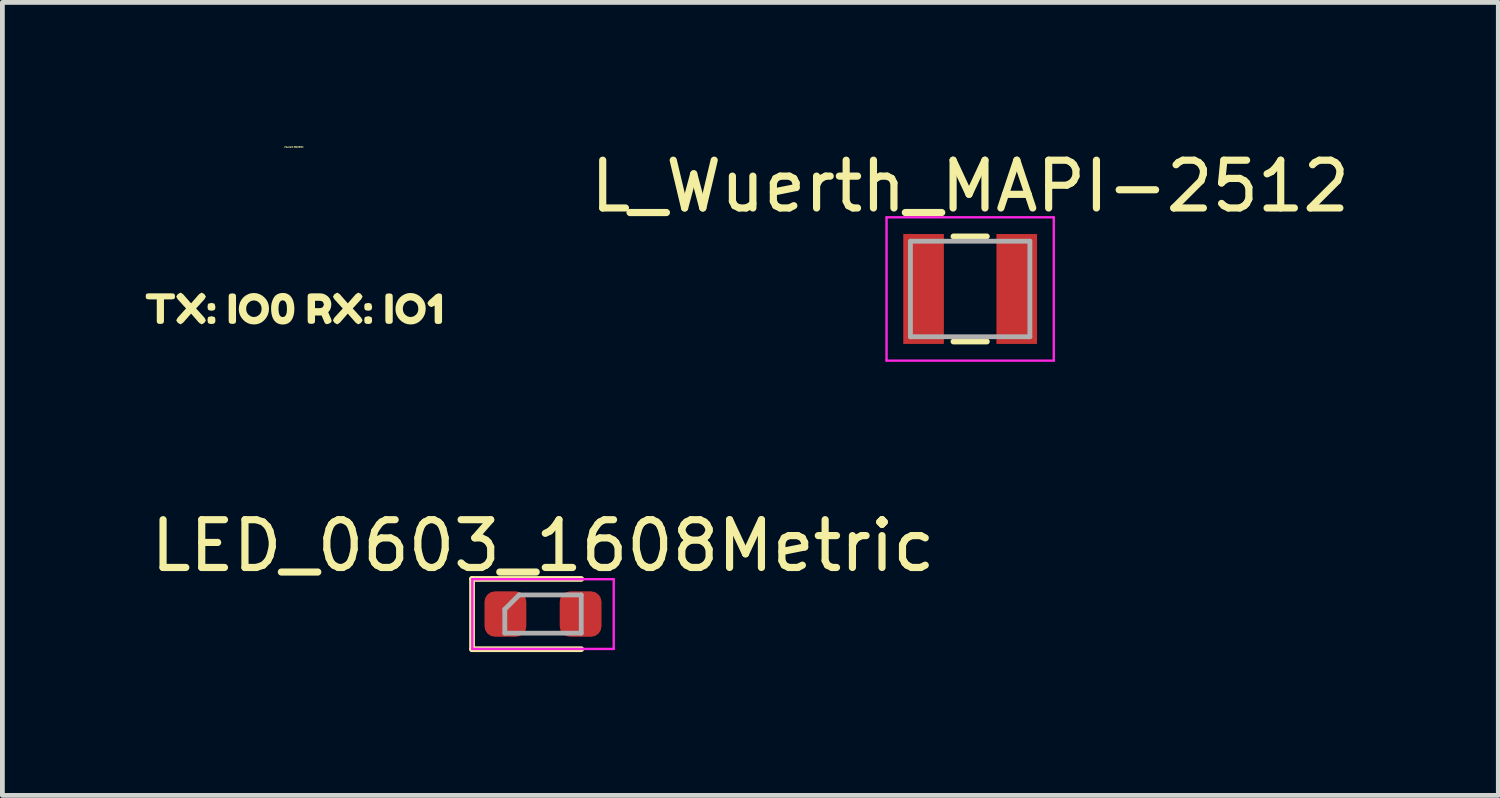
<source format=kicad_pcb>
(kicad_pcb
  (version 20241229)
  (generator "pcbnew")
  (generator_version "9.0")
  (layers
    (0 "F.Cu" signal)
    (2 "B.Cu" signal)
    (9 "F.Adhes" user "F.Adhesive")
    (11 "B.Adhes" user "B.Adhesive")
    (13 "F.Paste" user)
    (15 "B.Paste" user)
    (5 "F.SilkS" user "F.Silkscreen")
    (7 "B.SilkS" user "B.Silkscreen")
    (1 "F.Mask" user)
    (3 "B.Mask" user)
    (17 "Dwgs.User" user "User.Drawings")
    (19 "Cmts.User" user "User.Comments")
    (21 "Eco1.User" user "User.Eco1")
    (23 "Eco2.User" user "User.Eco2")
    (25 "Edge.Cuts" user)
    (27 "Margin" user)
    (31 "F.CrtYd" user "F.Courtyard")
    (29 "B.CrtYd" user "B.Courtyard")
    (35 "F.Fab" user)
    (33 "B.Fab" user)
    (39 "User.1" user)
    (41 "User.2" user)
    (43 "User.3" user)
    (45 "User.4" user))
  (footprint "kibuzzard-65CABECC"
    (layer "F.Cu")
    (at 3.101 3.408)
    (property "Reference" "kibuzzard-65CABECC" (at 0 -3.382 0) (layer "F.SilkS") (effects (font (size 0.025 0.025) (thickness 0.15))))
    (attr board_only exclude_from_pos_files exclude_from_bom)
    (fp_poly (pts (xy -1.643 -0.036) (xy -1.645 -0.005) (xy -1.654 0.019) (xy -1.677 0.038) (xy -1.72 0.045) (xy -1.764 0.04) (xy -1.79 0.028) (xy -1.803 0.003) (xy -1.807 -0.038) (xy -1.802 -0.08) (xy -1.789 -0.103) (xy -1.722 -0.119) (xy -1.66 -0.101) (xy -1.643 -0.036)) (stroke (width 0) (type solid)) (fill yes) (layer "F.SilkS"))
    (fp_poly (pts (xy 1.637 -0.036) (xy 1.634 -0.005) (xy 1.625 0.019) (xy 1.602 0.038) (xy 1.559 0.045) (xy 1.516 0.04) (xy 1.49 0.028) (xy 1.477 0.003) (xy 1.473 -0.038) (xy 1.477 -0.08) (xy 1.491 -0.103) (xy 1.558 -0.119) (xy 1.62 -0.101) (xy 1.637 -0.036)) (stroke (width 0) (type solid)) (fill yes) (layer "F.SilkS"))
    (fp_poly (pts (xy -1.643 0.243) (xy -1.645 0.274) (xy -1.654 0.298) (xy -1.677 0.317) (xy -1.72 0.323) (xy -1.764 0.319) (xy -1.79 0.306) (xy -1.803 0.281) (xy -1.807 0.24) (xy -1.802 0.199) (xy -1.789 0.175) (xy -1.722 0.16) (xy -1.66 0.177) (xy -1.647 0.202) (xy -1.643 0.243)) (stroke (width 0) (type solid)) (fill yes) (layer "F.SilkS"))
    (fp_poly (pts (xy 1.637 0.243) (xy 1.634 0.274) (xy 1.625 0.298) (xy 1.602 0.317) (xy 1.559 0.323) (xy 1.516 0.319) (xy 1.49 0.306) (xy 1.477 0.281) (xy 1.473 0.24) (xy 1.477 0.199) (xy 1.491 0.175) (xy 1.558 0.16) (xy 1.62 0.177) (xy 1.632 0.202) (xy 1.637 0.243)) (stroke (width 0) (type solid)) (fill yes) (layer "F.SilkS"))
    (fp_poly (pts (xy -1.365 -0.241) (xy -1.364 -0.271) (xy -1.356 -0.294) (xy -1.332 -0.312) (xy -1.287 -0.318) (xy -1.239 -0.31) (xy -1.215 -0.286) (xy -1.211 -0.24) (xy -1.211 0.245) (xy -1.212 0.276) (xy -1.22 0.299) (xy -1.243 0.316) (xy -1.288 0.322) (xy -1.337 0.314) (xy -1.36 0.289) (xy -1.365 0.244) (xy -1.365 -0.241)) (stroke (width 0) (type solid)) (fill yes) (layer "F.SilkS"))
    (fp_poly (pts (xy 1.914 -0.241) (xy 1.916 -0.271) (xy 1.924 -0.294) (xy 1.947 -0.312) (xy 1.992 -0.318) (xy 2.041 -0.31) (xy 2.065 -0.286) (xy 2.069 -0.24) (xy 2.069 0.245) (xy 2.068 0.276) (xy 2.059 0.299) (xy 2.036 0.316) (xy 1.991 0.322) (xy 1.943 0.314) (xy 1.92 0.289) (xy 1.914 0.244) (xy 1.914 -0.241)) (stroke (width 0) (type solid)) (fill yes) (layer "F.SilkS"))
    (fp_poly (pts (xy 2.971 -0.296) (xy 3.02 -0.319) (xy 3.062 -0.314) (xy 3.084 -0.304) (xy 3.097 -0.286) (xy 3.101 -0.239) (xy 3.101 0.247) (xy 3.1 0.277) (xy 3.091 0.3) (xy 3.068 0.318) (xy 3.023 0.324) (xy 2.979 0.318) (xy 2.956 0.301) (xy 2.948 0.277) (xy 2.946 0.245) (xy 2.946 -0.066) (xy 2.935 -0.056) (xy 2.874 -0.029) (xy 2.821 -0.059) (xy 2.794 -0.114) (xy 2.825 -0.165) (xy 2.968 -0.294) (xy 2.971 -0.296)) (stroke (width 0) (type solid)) (fill yes) (layer "F.SilkS"))
    (fp_poly (pts (xy -2.047 -0.002) (xy -1.872 0.191) (xy -1.842 0.247) (xy -1.875 0.3) (xy -1.932 0.331) (xy -1.986 0.296) (xy -2.152 0.106) (xy -2.318 0.296) (xy -2.371 0.331) (xy -2.428 0.3) (xy -2.463 0.247) (xy -2.432 0.191) (xy -2.257 -0.002) (xy -2.432 -0.195) (xy -2.463 -0.25) (xy -2.429 -0.303) (xy -2.371 -0.334) (xy -2.318 -0.299) (xy -2.152 -0.109) (xy -1.986 -0.299) (xy -1.932 -0.334) (xy -1.876 -0.304) (xy -1.842 -0.25) (xy -1.872 -0.195) (xy -2.047 -0.002)) (stroke (width 0) (type solid)) (fill yes) (layer "F.SilkS"))
    (fp_poly (pts (xy 1.232 -0.002) (xy 1.408 0.191) (xy 1.438 0.247) (xy 1.404 0.3) (xy 1.347 0.331) (xy 1.294 0.296) (xy 1.128 0.106) (xy 0.962 0.296) (xy 0.908 0.331) (xy 0.851 0.3) (xy 0.817 0.247) (xy 0.847 0.191) (xy 1.023 -0.002) (xy 0.847 -0.195) (xy 0.817 -0.25) (xy 0.851 -0.303) (xy 0.908 -0.334) (xy 0.962 -0.299) (xy 1.128 -0.109) (xy 1.294 -0.299) (xy 1.347 -0.334) (xy 1.404 -0.304) (xy 1.438 -0.25) (xy 1.408 -0.195) (xy 1.232 -0.002)) (stroke (width 0) (type solid)) (fill yes) (layer "F.SilkS"))
    (fp_poly (pts (xy -3.037 -0.319) (xy -2.552 -0.319) (xy -2.511 -0.312) (xy -2.493 -0.292) (xy -2.489 -0.255) (xy -2.493 -0.219) (xy -2.508 -0.2) (xy -2.553 -0.192) (xy -2.719 -0.192) (xy -2.719 0.247) (xy -2.721 0.277) (xy -2.729 0.299) (xy -2.752 0.317) (xy -2.795 0.322) (xy -2.839 0.317) (xy -2.861 0.299) (xy -2.869 0.276) (xy -2.87 0.246) (xy -2.87 -0.192) (xy -3.038 -0.192) (xy -3.079 -0.199) (xy -3.097 -0.219) (xy -3.101 -0.256) (xy -3.097 -0.292) (xy -3.082 -0.311) (xy -3.037 -0.319)) (stroke (width 0) (type solid)) (fill yes) (layer "F.SilkS"))
    (fp_poly (pts (xy 0.778 0.214) (xy 0.791 0.259) (xy 0.777 0.29) (xy 0.736 0.315) (xy 0.692 0.327) (xy 0.664 0.319) (xy 0.647 0.302) (xy 0.636 0.277) (xy 0.613 0.224) (xy 0.579 0.144) (xy 0.552 0.146) (xy 0.442 0.146) (xy 0.442 -0.009) (xy 0.554 -0.009) (xy 0.605 -0.028) (xy 0.63 -0.086) (xy 0.605 -0.144) (xy 0.552 -0.163) (xy 0.442 -0.163) (xy 0.442 -0.009) (xy 0.442 0.146) (xy 0.442 0.244) (xy 0.441 0.275) (xy 0.433 0.298) (xy 0.409 0.315) (xy 0.365 0.321) (xy 0.316 0.313) (xy 0.293 0.289) (xy 0.288 0.244) (xy 0.288 -0.241) (xy 0.289 -0.271) (xy 0.297 -0.294) (xy 0.32 -0.312) (xy 0.365 -0.318) (xy 0.554 -0.318) (xy 0.605 -0.312) (xy 0.655 -0.293) (xy 0.703 -0.262) (xy 0.735 -0.23) (xy 0.761 -0.189) (xy 0.778 -0.14) (xy 0.784 -0.086) (xy 0.776 -0.024) (xy 0.755 0.03) (xy 0.718 0.077) (xy 0.733 0.113) (xy 0.753 0.158) (xy 0.778 0.214)) (stroke (width 0) (type solid)) (fill yes) (layer "F.SilkS"))
    (fp_poly (pts (xy -0.84 -0.326) (xy -0.778 -0.32) (xy -0.72 -0.302) (xy -0.666 -0.273) (xy -0.616 -0.232) (xy -0.574 -0.183) (xy -0.545 -0.128) (xy -0.527 -0.067) (xy -0.521 -0.000437) (xy -0.526 0.066) (xy -0.544 0.128) (xy -0.572 0.184) (xy -0.612 0.235) (xy -0.66 0.278) (xy -0.713 0.308) (xy -0.771 0.327) (xy -0.835 0.333) (xy -0.837 0.332) (xy -0.837 0.178) (xy -0.778 0.166) (xy -0.725 0.131) (xy -0.697 0.096) (xy -0.681 0.054) (xy -0.675 0.004) (xy -0.681 -0.045) (xy -0.698 -0.088) (xy -0.726 -0.123) (xy -0.779 -0.159) (xy -0.838 -0.171) (xy -0.897 -0.159) (xy -0.95 -0.123) (xy -0.977 -0.087) (xy -0.994 -0.045) (xy -0.999 0.003) (xy -0.994 0.052) (xy -0.977 0.094) (xy -0.949 0.13) (xy -0.896 0.166) (xy -0.837 0.178) (xy -0.837 0.332) (xy -0.899 0.327) (xy -0.958 0.309) (xy -1.012 0.279) (xy -1.061 0.237) (xy -1.102 0.186) (xy -1.131 0.131) (xy -1.148 0.072) (xy -1.154 0.008) (xy -1.147 -0.062) (xy -1.128 -0.128) (xy -1.097 -0.186) (xy -1.058 -0.234) (xy -1.011 -0.272) (xy -0.957 -0.301) (xy -0.9 -0.32) (xy -0.84 -0.326)) (stroke (width 0) (type solid)) (fill yes) (layer "F.SilkS"))
    (fp_poly (pts (xy -0.016 -0.163) (xy -0.002 -0.11) (xy 0.007 -0.054) (xy 0.01 0.003) (xy 0.006 0.078) (xy -0.007 0.145) (xy -0.028 0.204) (xy -0.058 0.254) (xy -0.088 0.286) (xy -0.128 0.312) (xy -0.177 0.329) (xy -0.233 0.334) (xy -0.234 0.334) (xy -0.234 0.179) (xy -0.195 0.168) (xy -0.167 0.136) (xy -0.15 0.083) (xy -0.145 0.008) (xy -0.145 0.003) (xy -0.15 -0.074) (xy -0.167 -0.129) (xy -0.195 -0.162) (xy -0.234 -0.173) (xy -0.273 -0.162) (xy -0.3 -0.129) (xy -0.317 -0.074) (xy -0.323 0.003) (xy -0.317 0.08) (xy -0.301 0.135) (xy -0.273 0.168) (xy -0.234 0.179) (xy -0.234 0.334) (xy -0.289 0.329) (xy -0.338 0.311) (xy -0.379 0.285) (xy -0.409 0.254) (xy -0.433 0.217) (xy -0.452 0.173) (xy -0.466 0.121) (xy -0.474 0.064) (xy -0.477 0.003) (xy -0.475 -0.053) (xy -0.468 -0.103) (xy -0.457 -0.147) (xy -0.435 -0.202) (xy -0.411 -0.244) (xy -0.38 -0.277) (xy -0.34 -0.303) (xy -0.29 -0.321) (xy -0.234 -0.327) (xy -0.177 -0.322) (xy -0.128 -0.304) (xy -0.088 -0.277) (xy -0.058 -0.245) (xy -0.034 -0.207) (xy -0.016 -0.163)) (stroke (width 0) (type solid)) (fill yes) (layer "F.SilkS"))
    (fp_poly (pts (xy 2.439 -0.326) (xy 2.502 -0.32) (xy 2.56 -0.302) (xy 2.614 -0.273) (xy 2.663 -0.232) (xy 2.705 -0.183) (xy 2.735 -0.128) (xy 2.753 -0.067) (xy 2.759 -0.000437) (xy 2.753 0.066) (xy 2.736 0.128) (xy 2.708 0.184) (xy 2.668 0.235) (xy 2.62 0.278) (xy 2.567 0.308) (xy 2.508 0.327) (xy 2.444 0.333) (xy 2.443 0.332) (xy 2.443 0.178) (xy 2.502 0.166) (xy 2.554 0.131) (xy 2.582 0.096) (xy 2.599 0.054) (xy 2.604 0.004) (xy 2.599 -0.045) (xy 2.582 -0.088) (xy 2.554 -0.123) (xy 2.501 -0.159) (xy 2.442 -0.171) (xy 2.383 -0.159) (xy 2.33 -0.123) (xy 2.302 -0.087) (xy 2.286 -0.045) (xy 2.28 0.003) (xy 2.286 0.052) (xy 2.302 0.094) (xy 2.33 0.13) (xy 2.384 0.166) (xy 2.443 0.178) (xy 2.443 0.332) (xy 2.38 0.327) (xy 2.322 0.309) (xy 2.268 0.279) (xy 2.219 0.237) (xy 2.178 0.186) (xy 2.149 0.131) (xy 2.131 0.072) (xy 2.126 0.008) (xy 2.132 -0.062) (xy 2.152 -0.128) (xy 2.182 -0.186) (xy 2.222 -0.234) (xy 2.269 -0.272) (xy 2.322 -0.301) (xy 2.38 -0.32) (xy 2.439 -0.326)) (stroke (width 0) (type solid)) (fill yes) (layer "F.SilkS")))
  (footprint "L_Wuerth_MAPI-2512"
    (layer "F.Cu")
    (at 17.255 2.998)
    (property "Reference" "L_Wuerth_MAPI-2512" (at 0 -2.15 0) (layer "F.SilkS") (effects (font (size 1 1) (thickness 0.15))))
    (attr smd)
    (fp_line (start -0.35 -1.1) (end 0.35 -1.1) (stroke (width 0.12) (type solid)) (layer "F.SilkS"))
    (fp_line (start -0.35 1.1) (end 0.35 1.1) (stroke (width 0.12) (type solid)) (layer "F.SilkS"))
    (fp_line (start -1.75 -1.5) (end -1.75 1.5) (stroke (width 0.05) (type solid)) (layer "F.CrtYd"))
    (fp_line (start -1.75 1.5) (end 1.75 1.5) (stroke (width 0.05) (type solid)) (layer "F.CrtYd"))
    (fp_line (start 1.75 -1.5) (end -1.75 -1.5) (stroke (width 0.05) (type solid)) (layer "F.CrtYd"))
    (fp_line (start 1.75 1.5) (end 1.75 -1.5) (stroke (width 0.05) (type solid)) (layer "F.CrtYd"))
    (fp_line (start -1.25 -1) (end -1.25 1) (stroke (width 0.1) (type solid)) (layer "F.Fab"))
    (fp_line (start -1.25 1) (end 1.25 1) (stroke (width 0.1) (type solid)) (layer "F.Fab"))
    (fp_line (start 1.25 -1) (end -1.25 -1) (stroke (width 0.1) (type solid)) (layer "F.Fab"))
    (fp_line (start 1.25 1) (end 1.25 -1) (stroke (width 0.1) (type solid)) (layer "F.Fab"))
    (pad "1" smd rect (at -0.975 0) (size 0.85 2.3) (layers "F.Cu" "F.Mask" "F.Paste"))
    (pad "2" smd rect (at 0.975 0) (size 0.85 2.3) (layers "F.Cu" "F.Mask" "F.Paste")))
  (footprint "LED_0603_1608Metric"
    (layer "F.Cu")
    (at 8.315 9.802)
    (property "Reference" "LED_0603_1608Metric" (at 0 -1.43 0) (layer "F.SilkS") (effects (font (size 1 1) (thickness 0.15))))
    (attr smd)
    (fp_line (start -1.485 -0.735) (end -1.485 0.735) (stroke (width 0.12) (type solid)) (layer "F.SilkS"))
    (fp_line (start -1.485 0.735) (end 0.8 0.735) (stroke (width 0.12) (type solid)) (layer "F.SilkS"))
    (fp_line (start 0.8 -0.735) (end -1.485 -0.735) (stroke (width 0.12) (type solid)) (layer "F.SilkS"))
    (fp_line (start -1.48 -0.73) (end 1.48 -0.73) (stroke (width 0.05) (type solid)) (layer "F.CrtYd"))
    (fp_line (start -1.48 0.73) (end -1.48 -0.73) (stroke (width 0.05) (type solid)) (layer "F.CrtYd"))
    (fp_line (start 1.48 -0.73) (end 1.48 0.73) (stroke (width 0.05) (type solid)) (layer "F.CrtYd"))
    (fp_line (start 1.48 0.73) (end -1.48 0.73) (stroke (width 0.05) (type solid)) (layer "F.CrtYd"))
    (fp_line (start -0.8 -0.1) (end -0.8 0.4) (stroke (width 0.1) (type solid)) (layer "F.Fab"))
    (fp_line (start -0.8 0.4) (end 0.8 0.4) (stroke (width 0.1) (type solid)) (layer "F.Fab"))
    (fp_line (start -0.5 -0.4) (end -0.8 -0.1) (stroke (width 0.1) (type solid)) (layer "F.Fab"))
    (fp_line (start 0.8 -0.4) (end -0.5 -0.4) (stroke (width 0.1) (type solid)) (layer "F.Fab"))
    (fp_line (start 0.8 0.4) (end 0.8 -0.4) (stroke (width 0.1) (type solid)) (layer "F.Fab"))
    (pad "1" smd roundrect (at -0.787 0) (size 0.875 0.95) (layers "F.Cu" "F.Mask" "F.Paste") (roundrect_rratio 0.25))
    (pad "2" smd roundrect (at 0.787 0) (size 0.875 0.95) (layers "F.Cu" "F.Mask" "F.Paste") (roundrect_rratio 0.25)))
  (gr_rect
    (start -3 -3)
    (end 28.309 13.597)
    (stroke (width 0.1) (type default))
    (fill no)
    (layer "Edge.Cuts")))
</source>
